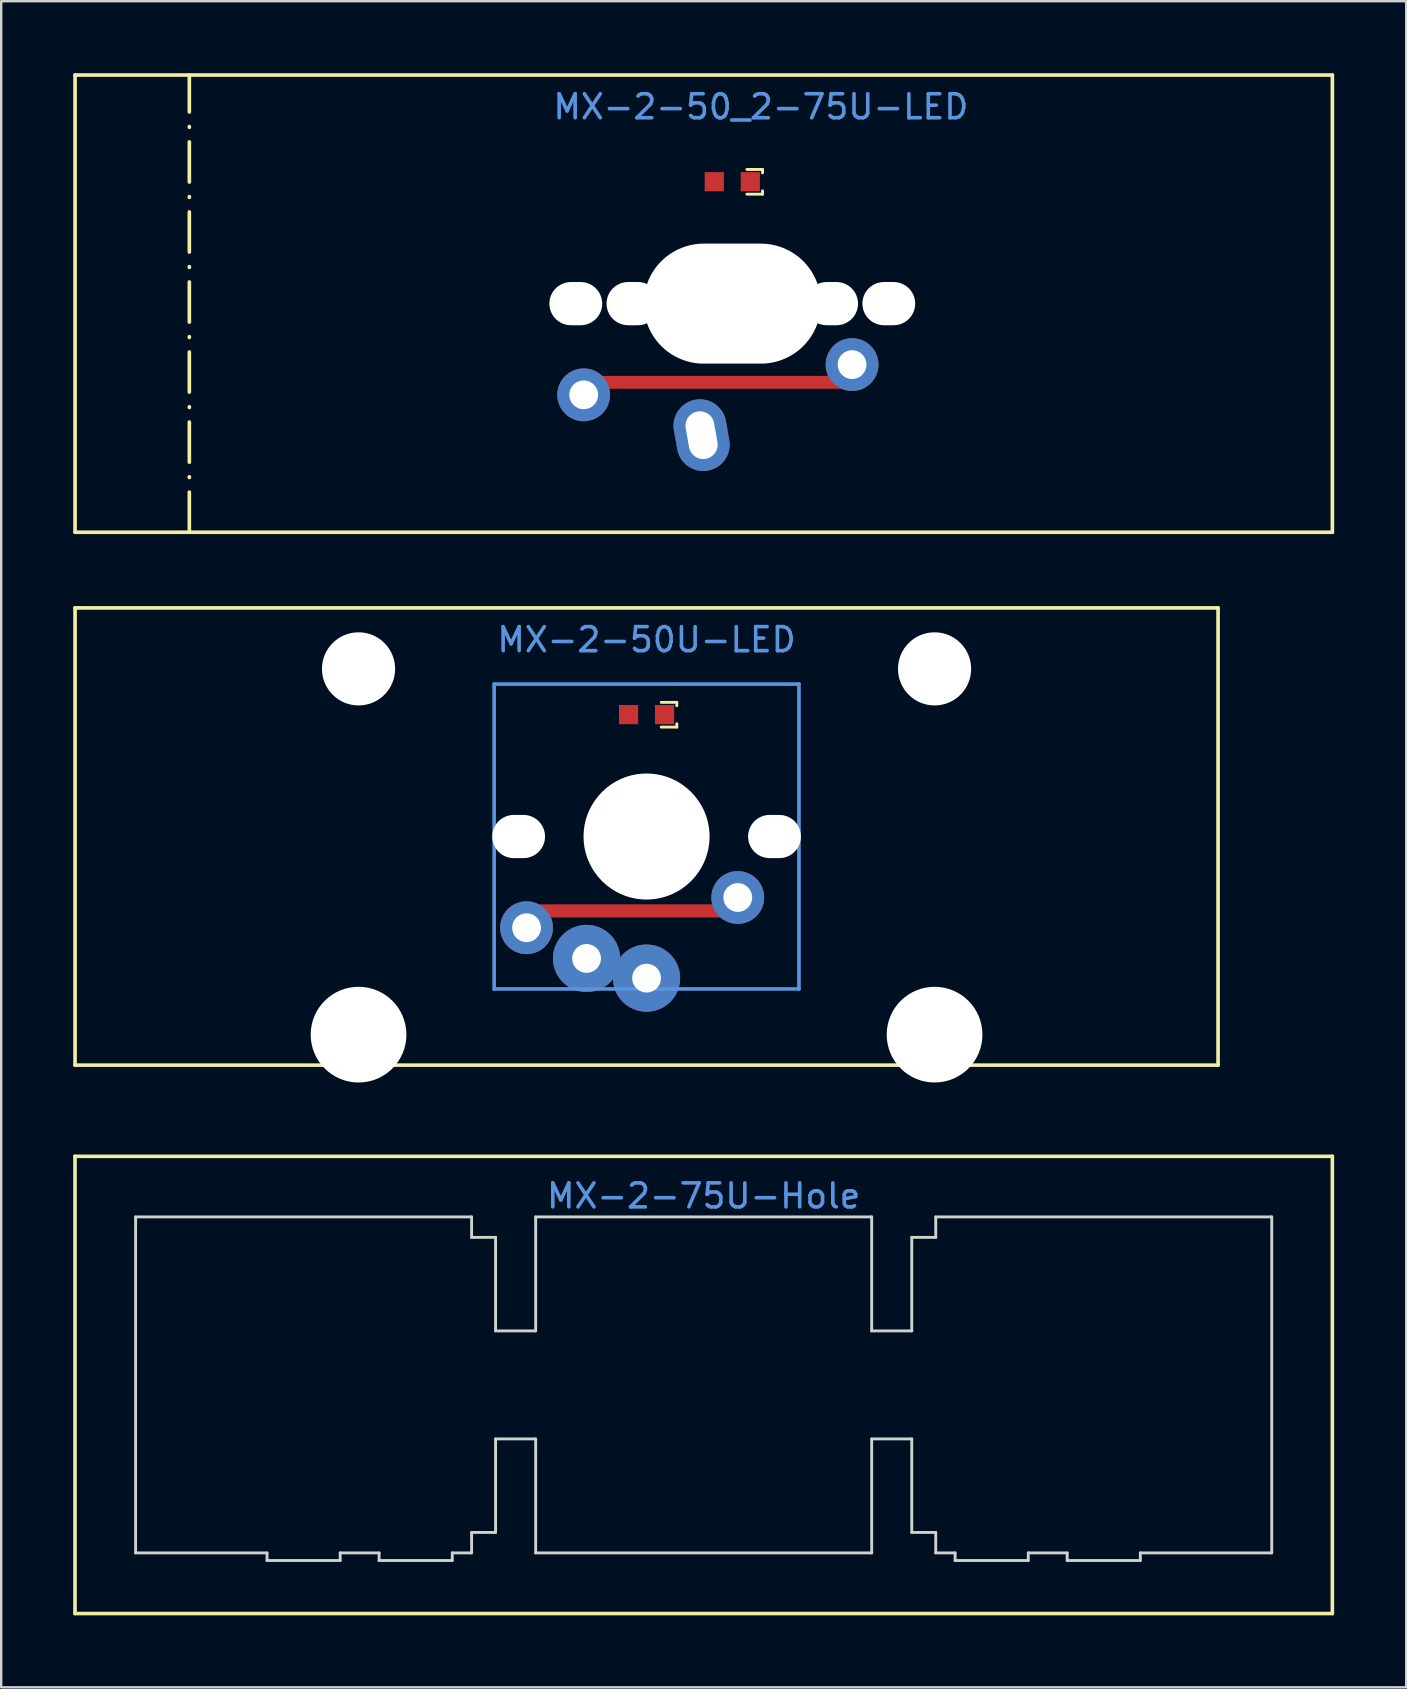
<source format=kicad_pcb>
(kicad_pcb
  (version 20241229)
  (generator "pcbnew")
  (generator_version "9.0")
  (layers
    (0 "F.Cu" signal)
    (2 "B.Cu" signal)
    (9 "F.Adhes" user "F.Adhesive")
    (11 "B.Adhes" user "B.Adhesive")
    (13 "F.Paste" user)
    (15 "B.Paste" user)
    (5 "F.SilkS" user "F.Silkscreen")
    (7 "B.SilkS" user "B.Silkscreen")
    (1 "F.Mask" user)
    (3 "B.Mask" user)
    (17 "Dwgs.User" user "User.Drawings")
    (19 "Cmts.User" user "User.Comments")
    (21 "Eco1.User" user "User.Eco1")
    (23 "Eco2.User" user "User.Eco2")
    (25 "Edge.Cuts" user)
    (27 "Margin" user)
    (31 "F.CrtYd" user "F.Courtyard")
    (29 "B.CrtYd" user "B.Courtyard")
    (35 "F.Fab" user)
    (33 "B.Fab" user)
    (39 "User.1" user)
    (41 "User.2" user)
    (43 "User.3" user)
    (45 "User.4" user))
  (footprint "MX-2-50_2-75U-LED"
    (layer "F.Cu")
    (at 27.461 4.521)
    (property "Reference" "MX-2-50_2-75U-LED" (at 1.191 -3.12 0) (layer "Cmts.User") (effects (font (size 1 1) (thickness 0.15))))
    (fp_line (start -27.384 -4.445) (end 25.003 -4.445) (stroke (width 0.152) (type solid)) (layer "F.SilkS"))
    (fp_line (start -27.384 14.605) (end -27.384 -4.445) (stroke (width 0.152) (type solid)) (layer "F.SilkS"))
    (fp_line (start -22.622 14.605) (end -22.622 -4.445) (stroke (width 0.152) (type dash_dot)) (layer "F.SilkS"))
    (fp_line (start 0.61 -0.51) (end 1.26 -0.51) (stroke (width 0.12) (type solid)) (layer "F.SilkS"))
    (fp_line (start 0.61 0.52) (end 1.26 0.52) (stroke (width 0.12) (type solid)) (layer "F.SilkS"))
    (fp_line (start 1.26 -0.51) (end 1.26 -0.37) (stroke (width 0.12) (type solid)) (layer "F.SilkS"))
    (fp_line (start 1.26 0.52) (end 1.26 0.38) (stroke (width 0.12) (type solid)) (layer "F.SilkS"))
    (fp_line (start 25.003 -4.445) (end 25.003 14.605) (stroke (width 0.152) (type solid)) (layer "F.SilkS"))
    (fp_line (start 25.003 14.605) (end -27.384 14.605) (stroke (width 0.152) (type solid)) (layer "F.SilkS"))
    (pad "" np_thru_hole oval (at -6.521 5.08 270) (size 1.8 2.2) (drill oval 1.8 2.2) (layers "*.Cu" "*.Mask"))
    (pad "" np_thru_hole oval (at -4.139 5.08 270) (size 1.8 2.2) (drill oval 1.8 2.2) (layers "*.Cu" "*.Mask"))
    (pad "" np_thru_hole oval (at 0 5.08) (size 7.381 5) (drill oval 7.381 5) (layers "*.Cu" "*.Mask"))
    (pad "" np_thru_hole oval (at 4.139 5.08 270) (size 1.8 2.2) (drill oval 1.8 2.2) (layers "*.Cu" "*.Mask"))
    (pad "" np_thru_hole oval (at 6.521 5.08 270) (size 1.8 2.2) (drill oval 1.8 2.2) (layers "*.Cu" "*.Mask"))
    (pad "1" thru_hole oval (at -1.279 10.56 280) (size 3 2.2) (drill oval 2 1.2) (layers "*.Cu" "*.Mask"))
    (pad "2" thru_hole circle (at -6.191 8.88 270) (size 2.2 2.2) (drill 1.2) (layers "*.Cu" "*.Mask"))
    (pad "2" smd rect (at -0.531 8.359) (size 10.076 0.537) (layers "F.Cu" "F.Mask" "F.Paste"))
    (pad "2" thru_hole circle (at 4.991 7.62 225) (size 2.2 2.2) (drill 1.2) (layers "*.Cu" "*.Mask"))
    (pad "3" smd rect (at 0.75 0 90) (size 0.8 0.8) (layers "F.Cu" "F.Mask" "F.Paste"))
    (pad "4" smd rect (at -0.75 0 90) (size 0.8 0.8) (layers "F.Cu" "F.Mask" "F.Paste")))
  (footprint "MX-2-75U-Hole"
    (layer "F.Cu")
    (at 26.269 54.653)
    (property "Reference" "MX-2-75U-Hole" (at 0 -7.874 0) (layer "Cmts.User") (effects (font (size 1 1) (thickness 0.15))))
    (attr through_hole)
    (fp_line (start -26.194 -9.525) (end 26.194 -9.525) (stroke (width 0.15) (type solid)) (layer "F.SilkS"))
    (fp_line (start -26.194 9.525) (end -26.194 -9.525) (stroke (width 0.15) (type solid)) (layer "F.SilkS"))
    (fp_line (start 26.194 -9.525) (end 26.194 9.525) (stroke (width 0.15) (type solid)) (layer "F.SilkS"))
    (fp_line (start 26.194 9.525) (end -26.194 9.525) (stroke (width 0.15) (type solid)) (layer "F.SilkS"))
    (fp_line (start -23.669 -7) (end -23.669 7) (stroke (width 0.12) (type solid)) (layer "Edge.Cuts"))
    (fp_line (start -23.669 -7) (end -9.669 -7) (stroke (width 0.12) (type solid)) (layer "Edge.Cuts"))
    (fp_line (start -23.669 7) (end -18.193 7) (stroke (width 0.12) (type solid)) (layer "Edge.Cuts"))
    (fp_line (start -18.193 7) (end -18.193 7.315) (stroke (width 0.12) (type solid)) (layer "Edge.Cuts"))
    (fp_line (start -15.145 7) (end -15.145 7.315) (stroke (width 0.12) (type solid)) (layer "Edge.Cuts"))
    (fp_line (start -15.145 7) (end -13.524 7) (stroke (width 0.12) (type solid)) (layer "Edge.Cuts"))
    (fp_line (start -15.145 7.315) (end -18.193 7.315) (stroke (width 0.12) (type solid)) (layer "Edge.Cuts"))
    (fp_line (start -13.524 7) (end -13.524 7.315) (stroke (width 0.12) (type solid)) (layer "Edge.Cuts"))
    (fp_line (start -10.476 7) (end -10.476 7.315) (stroke (width 0.12) (type solid)) (layer "Edge.Cuts"))
    (fp_line (start -10.476 7) (end -9.669 7) (stroke (width 0.12) (type solid)) (layer "Edge.Cuts"))
    (fp_line (start -10.476 7.315) (end -13.524 7.315) (stroke (width 0.12) (type solid)) (layer "Edge.Cuts"))
    (fp_line (start -9.669 -7) (end -9.669 -6.147) (stroke (width 0.12) (type solid)) (layer "Edge.Cuts"))
    (fp_line (start -9.669 7) (end -9.669 6.147) (stroke (width 0.12) (type solid)) (layer "Edge.Cuts"))
    (fp_line (start -8.67 -6.147) (end -9.669 -6.147) (stroke (width 0.12) (type solid)) (layer "Edge.Cuts"))
    (fp_line (start -8.67 -6.147) (end -8.67 -2.25) (stroke (width 0.12) (type solid)) (layer "Edge.Cuts"))
    (fp_line (start -8.67 2.25) (end -7 2.25) (stroke (width 0.12) (type solid)) (layer "Edge.Cuts"))
    (fp_line (start -8.67 6.147) (end -9.669 6.147) (stroke (width 0.12) (type solid)) (layer "Edge.Cuts"))
    (fp_line (start -8.67 6.147) (end -8.67 2.25) (stroke (width 0.12) (type solid)) (layer "Edge.Cuts"))
    (fp_line (start -7 -7) (end -7 -2.25) (stroke (width 0.12) (type solid)) (layer "Edge.Cuts"))
    (fp_line (start -7 -7) (end 7 -7) (stroke (width 0.12) (type solid)) (layer "Edge.Cuts"))
    (fp_line (start -7 -2.25) (end -8.67 -2.25) (stroke (width 0.12) (type solid)) (layer "Edge.Cuts"))
    (fp_line (start -7 7) (end -7 2.25) (stroke (width 0.12) (type solid)) (layer "Edge.Cuts"))
    (fp_line (start -7 7) (end 7 7) (stroke (width 0.12) (type solid)) (layer "Edge.Cuts"))
    (fp_line (start 7 -7) (end 7 -2.25) (stroke (width 0.12) (type solid)) (layer "Edge.Cuts"))
    (fp_line (start 7 -2.25) (end 8.67 -2.25) (stroke (width 0.12) (type solid)) (layer "Edge.Cuts"))
    (fp_line (start 7 7) (end 7 2.25) (stroke (width 0.12) (type solid)) (layer "Edge.Cuts"))
    (fp_line (start 8.67 -6.147) (end 8.67 -2.25) (stroke (width 0.12) (type solid)) (layer "Edge.Cuts"))
    (fp_line (start 8.67 -6.147) (end 9.669 -6.147) (stroke (width 0.12) (type solid)) (layer "Edge.Cuts"))
    (fp_line (start 8.67 2.25) (end 7 2.25) (stroke (width 0.12) (type solid)) (layer "Edge.Cuts"))
    (fp_line (start 8.67 6.147) (end 8.67 2.25) (stroke (width 0.12) (type solid)) (layer "Edge.Cuts"))
    (fp_line (start 8.67 6.147) (end 9.669 6.147) (stroke (width 0.12) (type solid)) (layer "Edge.Cuts"))
    (fp_line (start 9.669 -7) (end 9.669 -6.147) (stroke (width 0.12) (type solid)) (layer "Edge.Cuts"))
    (fp_line (start 9.669 -7) (end 23.669 -7) (stroke (width 0.12) (type solid)) (layer "Edge.Cuts"))
    (fp_line (start 9.669 7) (end 9.669 6.147) (stroke (width 0.12) (type solid)) (layer "Edge.Cuts"))
    (fp_line (start 9.669 7) (end 10.476 7) (stroke (width 0.12) (type solid)) (layer "Edge.Cuts"))
    (fp_line (start 10.476 7) (end 10.476 7.315) (stroke (width 0.12) (type solid)) (layer "Edge.Cuts"))
    (fp_line (start 10.476 7.315) (end 13.524 7.315) (stroke (width 0.12) (type solid)) (layer "Edge.Cuts"))
    (fp_line (start 13.524 7) (end 13.524 7.315) (stroke (width 0.12) (type solid)) (layer "Edge.Cuts"))
    (fp_line (start 13.524 7) (end 15.145 7) (stroke (width 0.12) (type solid)) (layer "Edge.Cuts"))
    (fp_line (start 15.145 7) (end 15.145 7.315) (stroke (width 0.12) (type solid)) (layer "Edge.Cuts"))
    (fp_line (start 15.145 7.315) (end 18.193 7.315) (stroke (width 0.12) (type solid)) (layer "Edge.Cuts"))
    (fp_line (start 18.193 7) (end 18.193 7.315) (stroke (width 0.12) (type solid)) (layer "Edge.Cuts"))
    (fp_line (start 18.193 7) (end 23.669 7) (stroke (width 0.12) (type solid)) (layer "Edge.Cuts"))
    (fp_line (start 23.669 -7) (end 23.669 7) (stroke (width 0.12) (type solid)) (layer "Edge.Cuts")))
  (footprint "MX-2-50U-LED"
    (layer "F.Cu")
    (at 23.889 26.724)
    (property "Reference" "MX-2-50U-LED" (at 0 -3.12 0) (layer "Cmts.User") (effects (font (size 1 1) (thickness 0.15))))
    (fp_line (start -23.812 -4.445) (end 23.812 -4.445) (stroke (width 0.152) (type solid)) (layer "F.SilkS"))
    (fp_line (start -23.812 14.605) (end -23.812 -4.445) (stroke (width 0.152) (type solid)) (layer "F.SilkS"))
    (fp_line (start 0.61 -0.51) (end 1.26 -0.51) (stroke (width 0.12) (type solid)) (layer "F.SilkS"))
    (fp_line (start 0.61 0.52) (end 1.26 0.52) (stroke (width 0.12) (type solid)) (layer "F.SilkS"))
    (fp_line (start 1.26 -0.51) (end 1.26 -0.37) (stroke (width 0.12) (type solid)) (layer "F.SilkS"))
    (fp_line (start 1.26 0.52) (end 1.26 0.38) (stroke (width 0.12) (type solid)) (layer "F.SilkS"))
    (fp_line (start 23.812 -4.445) (end 23.812 14.605) (stroke (width 0.152) (type solid)) (layer "F.SilkS"))
    (fp_line (start 23.812 14.605) (end -23.812 14.605) (stroke (width 0.152) (type solid)) (layer "F.SilkS"))
    (fp_line (start -6.35 -1.27) (end 6.35 -1.27) (stroke (width 0.152) (type solid)) (layer "Cmts.User"))
    (fp_line (start -6.35 11.43) (end -6.35 -1.27) (stroke (width 0.152) (type solid)) (layer "Cmts.User"))
    (fp_line (start 6.35 -1.27) (end 6.35 11.43) (stroke (width 0.152) (type solid)) (layer "Cmts.User"))
    (fp_line (start 6.35 11.43) (end -6.35 11.43) (stroke (width 0.152) (type solid)) (layer "Cmts.User"))
    (fp_line (start -7.798 -0.925) (end -6.985 -0.925) (stroke (width 0.152) (type solid)) (layer "Eco2.User"))
    (fp_line (start -7.798 2.576) (end -7.798 -0.925) (stroke (width 0.152) (type solid)) (layer "Eco2.User"))
    (fp_line (start -7.798 7.584) (end -6.985 7.584) (stroke (width 0.152) (type solid)) (layer "Eco2.User"))
    (fp_line (start -7.798 11.085) (end -7.798 7.584) (stroke (width 0.152) (type solid)) (layer "Eco2.User"))
    (fp_line (start -6.985 -1.905) (end 6.985 -1.905) (stroke (width 0.152) (type solid)) (layer "Eco2.User"))
    (fp_line (start -6.985 -0.925) (end -6.985 -1.905) (stroke (width 0.152) (type solid)) (layer "Eco2.User"))
    (fp_line (start -6.985 2.576) (end -7.798 2.576) (stroke (width 0.152) (type solid)) (layer "Eco2.User"))
    (fp_line (start -6.985 7.584) (end -6.985 2.576) (stroke (width 0.152) (type solid)) (layer "Eco2.User"))
    (fp_line (start -6.985 11.085) (end -7.798 11.085) (stroke (width 0.152) (type solid)) (layer "Eco2.User"))
    (fp_line (start -6.985 12.065) (end -6.985 11.085) (stroke (width 0.152) (type solid)) (layer "Eco2.User"))
    (fp_line (start 6.985 -1.905) (end 6.985 -0.925) (stroke (width 0.152) (type solid)) (layer "Eco2.User"))
    (fp_line (start 6.985 -0.925) (end 7.798 -0.925) (stroke (width 0.152) (type solid)) (layer "Eco2.User"))
    (fp_line (start 6.985 2.576) (end 6.985 7.584) (stroke (width 0.152) (type solid)) (layer "Eco2.User"))
    (fp_line (start 6.985 7.584) (end 7.798 7.584) (stroke (width 0.152) (type solid)) (layer "Eco2.User"))
    (fp_line (start 6.985 11.085) (end 6.985 12.065) (stroke (width 0.152) (type solid)) (layer "Eco2.User"))
    (fp_line (start 6.985 12.065) (end -6.985 12.065) (stroke (width 0.152) (type solid)) (layer "Eco2.User"))
    (fp_line (start 7.798 -0.925) (end 7.798 2.576) (stroke (width 0.152) (type solid)) (layer "Eco2.User"))
    (fp_line (start 7.798 2.576) (end 6.985 2.576) (stroke (width 0.152) (type solid)) (layer "Eco2.User"))
    (fp_line (start 7.798 7.584) (end 7.798 11.085) (stroke (width 0.152) (type solid)) (layer "Eco2.User"))
    (fp_line (start 7.798 11.085) (end 6.985 11.085) (stroke (width 0.152) (type solid)) (layer "Eco2.User"))
    (pad "" np_thru_hole circle (at -12 -1.905 180) (size 3.048 3.048) (drill 3.048) (layers "*.Cu" "*.Mask"))
    (pad "" np_thru_hole circle (at -12 13.335 180) (size 3.988 3.988) (drill 3.988) (layers "*.Cu" "*.Mask"))
    (pad "" np_thru_hole oval (at -5.33 5.08 270) (size 1.8 2.2) (drill oval 1.8 2.2) (layers "*.Cu" "*.Mask"))
    (pad "" np_thru_hole circle (at 0 5.08 180) (size 5.25 5.25) (drill 5.25) (layers "*.Cu" "*.Mask"))
    (pad "" np_thru_hole oval (at 5.33 5.08 270) (size 1.8 2.2) (drill oval 1.8 2.2) (layers "*.Cu" "*.Mask"))
    (pad "" np_thru_hole circle (at 12 -1.905 180) (size 3.048 3.048) (drill 3.048) (layers "*.Cu" "*.Mask"))
    (pad "" np_thru_hole circle (at 12 13.335 180) (size 3.988 3.988) (drill 3.988) (layers "*.Cu" "*.Mask"))
    (pad "1" thru_hole circle (at -2.5 10.16) (size 2.8 2.8) (drill oval 1.2) (layers "*.Cu" "*.Mask"))
    (pad "1" thru_hole circle (at 0 10.98 90) (size 2.8 2.8) (drill 1.2) (layers "*.Cu" "*.Mask"))
    (pad "2" thru_hole circle (at -5 8.88 270) (size 2.2 2.2) (drill 1.2) (layers "*.Cu" "*.Mask"))
    (pad "2" smd rect (at -0.67 8.18) (size 7.64 0.55) (layers "F.Cu" "F.Mask" "F.Paste"))
    (pad "2" thru_hole circle (at 3.8 7.62 225) (size 2.2 2.2) (drill 1.2) (layers "*.Cu" "*.Mask"))
    (pad "3" smd rect (at 0.75 0 90) (size 0.8 0.8) (layers "F.Cu" "F.Mask" "F.Paste"))
    (pad "4" smd rect (at -0.75 0 90) (size 0.8 0.8) (layers "F.Cu" "F.Mask" "F.Paste")))
  (gr_rect
    (start -3 -3)
    (end 55.54 67.252)
    (stroke (width 0.1) (type default))
    (fill no)
    (layer "Edge.Cuts")))
</source>
